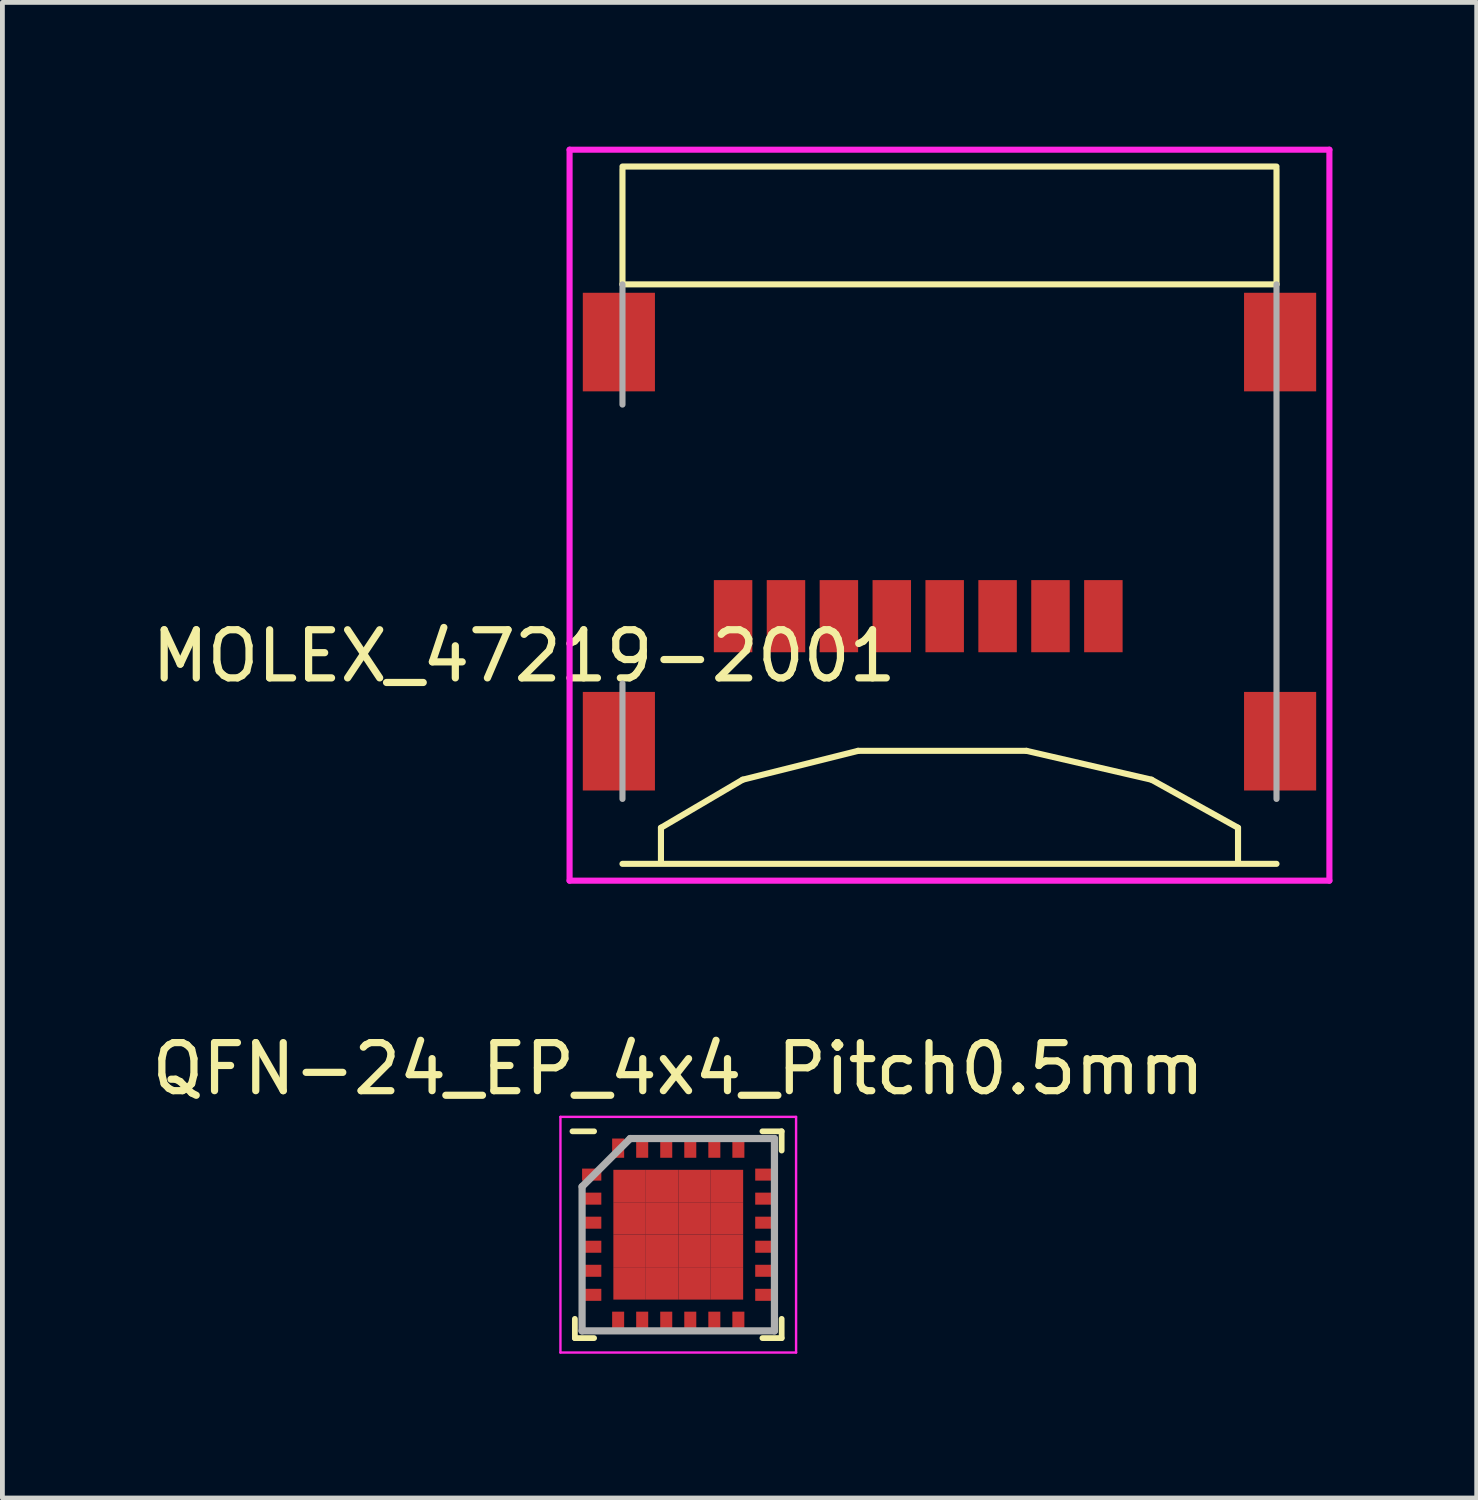
<source format=kicad_pcb>
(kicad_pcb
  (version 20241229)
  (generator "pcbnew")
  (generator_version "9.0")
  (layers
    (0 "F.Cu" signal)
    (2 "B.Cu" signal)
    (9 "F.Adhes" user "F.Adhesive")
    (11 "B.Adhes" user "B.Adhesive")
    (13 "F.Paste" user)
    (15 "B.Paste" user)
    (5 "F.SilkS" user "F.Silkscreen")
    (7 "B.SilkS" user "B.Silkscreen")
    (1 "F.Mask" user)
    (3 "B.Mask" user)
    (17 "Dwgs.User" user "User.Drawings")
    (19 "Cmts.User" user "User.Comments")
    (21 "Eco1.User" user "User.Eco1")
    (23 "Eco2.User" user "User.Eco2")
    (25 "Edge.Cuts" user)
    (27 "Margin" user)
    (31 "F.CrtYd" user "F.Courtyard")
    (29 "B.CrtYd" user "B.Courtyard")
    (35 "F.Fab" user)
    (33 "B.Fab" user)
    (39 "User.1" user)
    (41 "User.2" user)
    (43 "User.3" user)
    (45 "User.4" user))
  (footprint "MOLEX_47219-2001"
    (layer "F.Cu")
    (at 16.694 7.663)
    (property "Reference" "MOLEX_47219-2001" (at -8.846 2.928 180) (layer "F.SilkS") (effects (font (size 1.001 1.001) (thickness 0.15))))
    (attr through_hole)
    (fp_line (start -6.8 -7.25) (end 6.8 -7.25) (stroke (width 0.127) (type solid)) (layer "F.SilkS"))
    (fp_line (start -6.8 -7.2) (end -6.8 -4.8) (stroke (width 0.127) (type solid)) (layer "F.SilkS"))
    (fp_line (start -6.8 -4.8) (end 6.8 -4.8) (stroke (width 0.127) (type solid)) (layer "F.SilkS"))
    (fp_line (start -6.8 7.25) (end 6.8 7.25) (stroke (width 0.127) (type solid)) (layer "F.SilkS"))
    (fp_line (start -6 6.5) (end -4.3 5.5) (stroke (width 0.127) (type solid)) (layer "F.SilkS"))
    (fp_line (start -6 7.2) (end -6 6.5) (stroke (width 0.127) (type solid)) (layer "F.SilkS"))
    (fp_line (start -4.3 5.5) (end -1.9 4.9) (stroke (width 0.127) (type solid)) (layer "F.SilkS"))
    (fp_line (start -1.9 4.9) (end 1.6 4.9) (stroke (width 0.127) (type solid)) (layer "F.SilkS"))
    (fp_line (start 1.6 4.9) (end 4.2 5.5) (stroke (width 0.127) (type solid)) (layer "F.SilkS"))
    (fp_line (start 4.2 5.5) (end 6 6.5) (stroke (width 0.127) (type solid)) (layer "F.SilkS"))
    (fp_line (start 6 7.2) (end 6 6.5) (stroke (width 0.127) (type solid)) (layer "F.SilkS"))
    (fp_line (start 6.8 -7.2) (end 6.8 -4.8) (stroke (width 0.127) (type solid)) (layer "F.SilkS"))
    (fp_line (start -7.9 -7.6) (end 7.9 -7.6) (stroke (width 0.127) (type solid)) (layer "F.CrtYd"))
    (fp_line (start -7.9 7.6) (end -7.9 -7.6) (stroke (width 0.127) (type solid)) (layer "F.CrtYd"))
    (fp_line (start 7.9 -7.6) (end 7.9 7.6) (stroke (width 0.127) (type solid)) (layer "F.CrtYd"))
    (fp_line (start 7.9 7.6) (end -7.9 7.6) (stroke (width 0.127) (type solid)) (layer "F.CrtYd"))
    (fp_line (start -6.8 -2.3) (end -6.8 -4.8) (stroke (width 0.127) (type solid)) (layer "F.Fab"))
    (fp_line (start -6.8 5.9) (end -6.8 3.5) (stroke (width 0.127) (type solid)) (layer "F.Fab"))
    (fp_line (start 6.8 -4.8) (end 6.8 5.9) (stroke (width 0.127) (type solid)) (layer "F.Fab"))
    (pad "1" smd rect (at 3.2 2.1) (size 0.8 1.5) (layers "F.Cu" "F.Mask" "F.Paste"))
    (pad "2" smd rect (at 2.1 2.1) (size 0.8 1.5) (layers "F.Cu" "F.Mask" "F.Paste"))
    (pad "3" smd rect (at 1 2.1) (size 0.8 1.5) (layers "F.Cu" "F.Mask" "F.Paste"))
    (pad "4" smd rect (at -0.1 2.1) (size 0.8 1.5) (layers "F.Cu" "F.Mask" "F.Paste"))
    (pad "5" smd rect (at -1.2 2.1) (size 0.8 1.5) (layers "F.Cu" "F.Mask" "F.Paste"))
    (pad "6" smd rect (at -2.3 2.1) (size 0.8 1.5) (layers "F.Cu" "F.Mask" "F.Paste"))
    (pad "7" smd rect (at -3.4 2.1) (size 0.8 1.5) (layers "F.Cu" "F.Mask" "F.Paste"))
    (pad "8" smd rect (at -4.5 2.1) (size 0.8 1.5) (layers "F.Cu" "F.Mask" "F.Paste"))
    (pad "G1" smd rect (at 6.875 4.7) (size 1.5 2.05) (layers "F.Cu" "F.Mask" "F.Paste"))
    (pad "G2" smd rect (at 6.875 -3.6) (size 1.5 2.05) (layers "F.Cu" "F.Mask" "F.Paste"))
    (pad "G3" smd rect (at -6.875 -3.6) (size 1.5 2.05) (layers "F.Cu" "F.Mask" "F.Paste"))
    (pad "G4" smd rect (at -6.875 4.7) (size 1.5 2.05) (layers "F.Cu" "F.Mask" "F.Paste")))
  (footprint "QFN-24_EP_4x4_Pitch0.5mm"
    (layer "F.Cu")
    (at 11.054 22.625)
    (property "Reference" "QFN-24_EP_4x4_Pitch0.5mm" (at 0 -3.45 0) (layer "F.SilkS") (effects (font (size 1 1) (thickness 0.15))))
    (attr through_hole)
    (fp_line (start -2.15 2.15) (end -2.15 1.75) (stroke (width 0.12) (type solid)) (layer "F.SilkS"))
    (fp_line (start -1.75 -2.15) (end -2.2 -2.15) (stroke (width 0.12) (type solid)) (layer "F.SilkS"))
    (fp_line (start -1.75 2.15) (end -2.15 2.15) (stroke (width 0.12) (type solid)) (layer "F.SilkS"))
    (fp_line (start 1.75 -2.15) (end 2.15 -2.15) (stroke (width 0.12) (type solid)) (layer "F.SilkS"))
    (fp_line (start 1.75 2.15) (end 2.15 2.15) (stroke (width 0.12) (type solid)) (layer "F.SilkS"))
    (fp_line (start 2.15 -2.15) (end 2.15 -1.75) (stroke (width 0.12) (type solid)) (layer "F.SilkS"))
    (fp_line (start 2.15 2.15) (end 2.15 1.75) (stroke (width 0.12) (type solid)) (layer "F.SilkS"))
    (fp_line (start -2.45 -2.45) (end 2.45 -2.45) (stroke (width 0.05) (type solid)) (layer "F.CrtYd"))
    (fp_line (start -2.45 2.45) (end -2.45 -2.45) (stroke (width 0.05) (type solid)) (layer "F.CrtYd"))
    (fp_line (start 2.45 -2.45) (end 2.45 2.45) (stroke (width 0.05) (type solid)) (layer "F.CrtYd"))
    (fp_line (start 2.45 2.45) (end -2.45 2.45) (stroke (width 0.05) (type solid)) (layer "F.CrtYd"))
    (fp_line (start -2 -1) (end -2 2) (stroke (width 0.15) (type solid)) (layer "F.Fab"))
    (fp_line (start -2 2) (end 2 2) (stroke (width 0.15) (type solid)) (layer "F.Fab"))
    (fp_line (start -1 -2) (end -2 -1) (stroke (width 0.15) (type solid)) (layer "F.Fab"))
    (fp_line (start 2 -2) (end -1 -2) (stroke (width 0.15) (type solid)) (layer "F.Fab"))
    (fp_line (start 2 2) (end 2 -2) (stroke (width 0.15) (type solid)) (layer "F.Fab"))
    (pad "1" smd rect (at -1.8 -1.25 90) (size 0.25 0.4) (layers "F.Cu" "F.Mask" "F.Paste"))
    (pad "2" smd rect (at -1.8 -0.75 90) (size 0.25 0.4) (layers "F.Cu" "F.Mask" "F.Paste"))
    (pad "3" smd rect (at -1.8 -0.25 90) (size 0.25 0.4) (layers "F.Cu" "F.Mask" "F.Paste"))
    (pad "4" smd rect (at -1.8 0.25 90) (size 0.25 0.4) (layers "F.Cu" "F.Mask" "F.Paste"))
    (pad "5" smd rect (at -1.8 0.75 90) (size 0.25 0.4) (layers "F.Cu" "F.Mask" "F.Paste"))
    (pad "6" smd rect (at -1.8 1.25 90) (size 0.25 0.4) (layers "F.Cu" "F.Mask" "F.Paste"))
    (pad "7" smd rect (at -1.25 1.8) (size 0.25 0.4) (layers "F.Cu" "F.Mask" "F.Paste"))
    (pad "8" smd rect (at -0.75 1.8) (size 0.25 0.4) (layers "F.Cu" "F.Mask" "F.Paste"))
    (pad "9" smd rect (at -0.25 1.8) (size 0.25 0.4) (layers "F.Cu" "F.Mask" "F.Paste"))
    (pad "10" smd rect (at 0.25 1.8) (size 0.25 0.4) (layers "F.Cu" "F.Mask" "F.Paste"))
    (pad "11" smd rect (at 0.75 1.8) (size 0.25 0.4) (layers "F.Cu" "F.Mask" "F.Paste"))
    (pad "12" smd rect (at 1.25 1.8) (size 0.25 0.4) (layers "F.Cu" "F.Mask" "F.Paste"))
    (pad "13" smd rect (at 1.8 1.25 90) (size 0.25 0.4) (layers "F.Cu" "F.Mask" "F.Paste"))
    (pad "14" smd rect (at 1.8 0.75 90) (size 0.25 0.4) (layers "F.Cu" "F.Mask" "F.Paste"))
    (pad "15" smd rect (at 1.8 0.25 90) (size 0.25 0.4) (layers "F.Cu" "F.Mask" "F.Paste"))
    (pad "16" smd rect (at 1.8 -0.25 90) (size 0.25 0.4) (layers "F.Cu" "F.Mask" "F.Paste"))
    (pad "17" smd rect (at 1.8 -0.75 90) (size 0.25 0.4) (layers "F.Cu" "F.Mask" "F.Paste"))
    (pad "18" smd rect (at 1.8 -1.25 90) (size 0.25 0.4) (layers "F.Cu" "F.Mask" "F.Paste"))
    (pad "19" smd rect (at 1.25 -1.8) (size 0.25 0.4) (layers "F.Cu" "F.Mask" "F.Paste"))
    (pad "20" smd rect (at 0.75 -1.8) (size 0.25 0.4) (layers "F.Cu" "F.Mask" "F.Paste"))
    (pad "21" smd rect (at 0.25 -1.8) (size 0.25 0.4) (layers "F.Cu" "F.Mask" "F.Paste"))
    (pad "22" smd rect (at -0.25 -1.8) (size 0.25 0.4) (layers "F.Cu" "F.Mask" "F.Paste"))
    (pad "23" smd rect (at -0.75 -1.8) (size 0.25 0.4) (layers "F.Cu" "F.Mask" "F.Paste"))
    (pad "24" smd rect (at -1.25 -1.8) (size 0.25 0.4) (layers "F.Cu" "F.Mask" "F.Paste"))
    (pad "25" smd rect (at -1.012 -1.012) (size 0.675 0.675) (layers "F.Cu" "F.Mask" "F.Paste"))
    (pad "25" smd rect (at -1.012 -0.338) (size 0.675 0.675) (layers "F.Cu" "F.Mask" "F.Paste"))
    (pad "25" smd rect (at -1.012 0.338) (size 0.675 0.675) (layers "F.Cu" "F.Mask" "F.Paste"))
    (pad "25" smd rect (at -1.012 1.012) (size 0.675 0.675) (layers "F.Cu" "F.Mask" "F.Paste"))
    (pad "25" smd rect (at -0.338 -1.012) (size 0.675 0.675) (layers "F.Cu" "F.Mask" "F.Paste"))
    (pad "25" smd rect (at -0.338 -0.338) (size 0.675 0.675) (layers "F.Cu" "F.Mask" "F.Paste"))
    (pad "25" smd rect (at -0.338 0.338) (size 0.675 0.675) (layers "F.Cu" "F.Mask" "F.Paste"))
    (pad "25" smd rect (at -0.338 1.012) (size 0.675 0.675) (layers "F.Cu" "F.Mask" "F.Paste"))
    (pad "25" smd rect (at 0.338 -1.012) (size 0.675 0.675) (layers "F.Cu" "F.Mask" "F.Paste"))
    (pad "25" smd rect (at 0.338 -0.338) (size 0.675 0.675) (layers "F.Cu" "F.Mask" "F.Paste"))
    (pad "25" smd rect (at 0.338 0.338) (size 0.675 0.675) (layers "F.Cu" "F.Mask" "F.Paste"))
    (pad "25" smd rect (at 0.338 1.012) (size 0.675 0.675) (layers "F.Cu" "F.Mask" "F.Paste"))
    (pad "25" smd rect (at 1.012 -1.012) (size 0.675 0.675) (layers "F.Cu" "F.Mask" "F.Paste"))
    (pad "25" smd rect (at 1.012 -0.338) (size 0.675 0.675) (layers "F.Cu" "F.Mask" "F.Paste"))
    (pad "25" smd rect (at 1.012 0.338) (size 0.675 0.675) (layers "F.Cu" "F.Mask" "F.Paste"))
    (pad "25" smd rect (at 1.012 1.012) (size 0.675 0.675) (layers "F.Cu" "F.Mask" "F.Paste")))
  (gr_rect
    (start -3 -3)
    (end 27.657 28.1)
    (stroke (width 0.1) (type default))
    (fill no)
    (layer "Edge.Cuts")))
</source>
